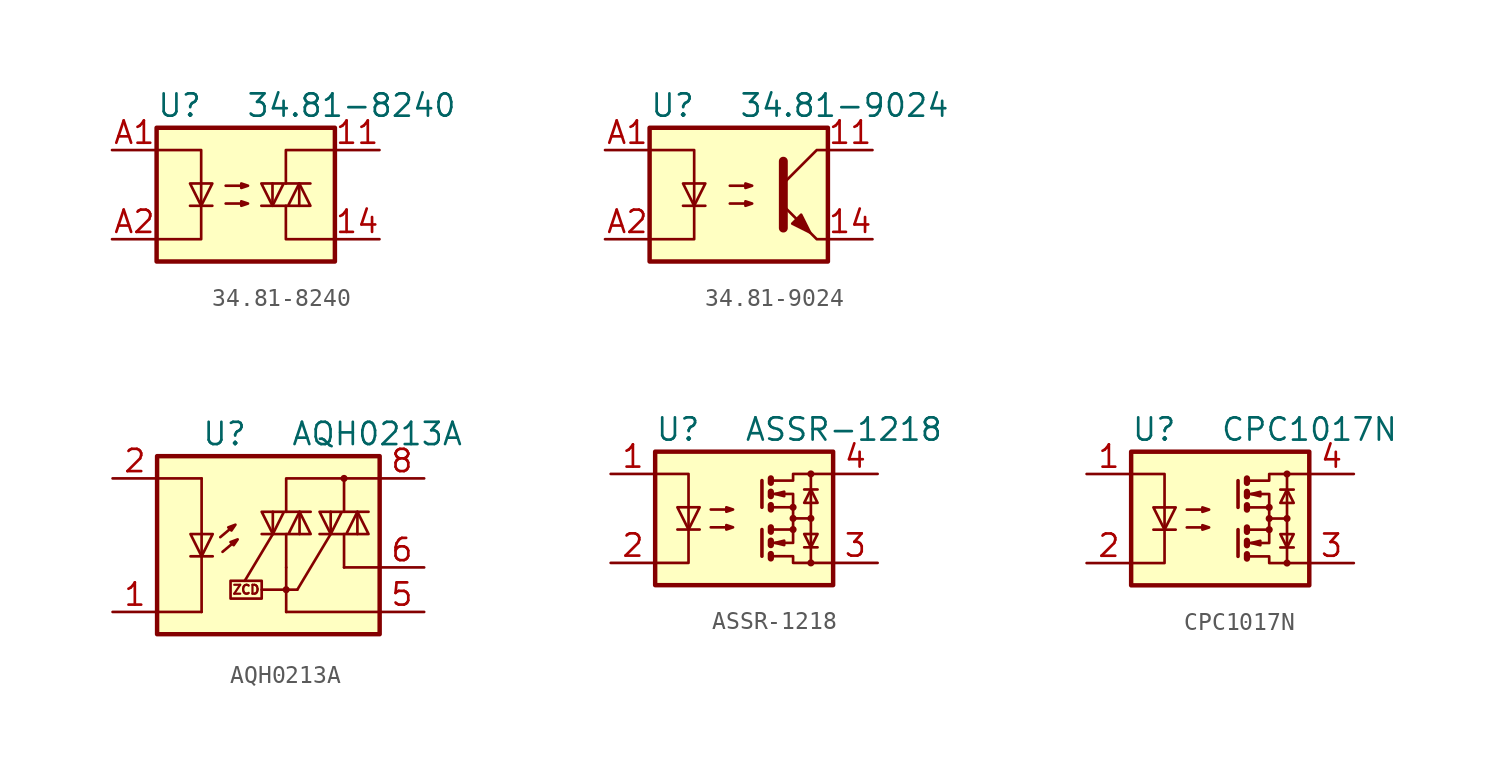
<source format=kicad_sym>
(kicad_symbol_lib
  (version 20231120)
  (generator "kicad_symbol_editor")
  (generator_version "8.0")
  (symbol "34.81-8240"
    (property "Reference" "U"
      (at -5.08 5.08 0)
      (effects (font (size 1.27 1.27)) (justify left)))
    (property "Value" "34.81-8240"
      (at 0 5.08 0)
      (effects (font (size 1.27 1.27)) (justify left)))
    (symbol "34.81-8240_0_1"
      (rectangle (start -5.08 3.81) (end 5.08 -3.81) (stroke (width 0.254) (type default)) (fill (type background)))
      (polyline (pts (xy -3.175 -0.635) (xy -1.905 -0.635)) (stroke (width 0) (type default)) (fill (type none)))
      (polyline (pts (xy 1.524 -0.635) (xy 1.524 0.635)) (stroke (width 0) (type default)) (fill (type none)))
      (polyline (pts (xy 3.048 0.635) (xy 3.048 -0.635)) (stroke (width 0) (type default)) (fill (type none)))
      (polyline (pts (xy 2.286 -0.635) (xy 2.286 -2.54) (xy 5.08 -2.54)) (stroke (width 0) (type default)) (fill (type none)))
      (polyline (pts (xy 2.286 0.635) (xy 2.286 2.54) (xy 5.08 2.54)) (stroke (width 0) (type default)) (fill (type none)))
      (polyline (pts (xy -5.08 2.54) (xy -2.54 2.54) (xy -2.54 -2.54) (xy -5.08 -2.54)) (stroke (width 0) (type default)) (fill (type none)))
      (polyline (pts (xy -2.54 -0.635) (xy -3.175 0.635) (xy -1.905 0.635) (xy -2.54 -0.635)) (stroke (width 0) (type default)) (fill (type none)))
      (polyline (pts (xy 0.889 -0.635) (xy 3.683 -0.635) (xy 3.048 0.635) (xy 2.413 -0.635)) (stroke (width 0) (type default)) (fill (type none)))
      (polyline (pts (xy 3.683 0.635) (xy 0.889 0.635) (xy 1.524 -0.635) (xy 2.159 0.635)) (stroke (width 0) (type default)) (fill (type none)))
      (polyline (pts (xy -1.143 -0.508) (xy 0.127 -0.508) (xy -0.254 -0.635) (xy -0.254 -0.381) (xy 0.127 -0.508)) (stroke (width 0) (type default)) (fill (type none)))
      (polyline (pts (xy -1.143 0.508) (xy 0.127 0.508) (xy -0.254 0.381) (xy -0.254 0.635) (xy 0.127 0.508)) (stroke (width 0) (type default)) (fill (type none))))
    (symbol "34.81-8240_1_1"
      (pin passive line (at 7.62 2.54 180) (length 2.54) (name "~" (effects (font (size 1.27 1.27)))) (number "11" (effects (font (size 1.27 1.27)))))
      (pin passive line (at 7.62 -2.54 180) (length 2.54) (name "~" (effects (font (size 1.27 1.27)))) (number "14" (effects (font (size 1.27 1.27)))))
      (pin passive line (at -7.62 2.54 0) (length 2.54) (name "~" (effects (font (size 1.27 1.27)))) (number "A1" (effects (font (size 1.27 1.27)))))
      (pin passive line (at -7.62 -2.54 0) (length 2.54) (name "~" (effects (font (size 1.27 1.27)))) (number "A2" (effects (font (size 1.27 1.27)))))))
  (symbol "34.81-9024"
    (property "Reference" "U"
      (at -5.08 5.08 0)
      (effects (font (size 1.27 1.27)) (justify left)))
    (property "Value" "34.81-9024"
      (at 0 5.08 0)
      (effects (font (size 1.27 1.27)) (justify left)))
    (symbol "34.81-9024_0_1"
      (rectangle (start -5.08 3.81) (end 5.08 -3.81) (stroke (width 0.254) (type default)) (fill (type background)))
      (polyline (pts (xy -3.175 -0.635) (xy -1.905 -0.635)) (stroke (width 0) (type default)) (fill (type none)))
      (polyline (pts (xy 2.54 1.905) (xy 2.54 -1.905) (xy 2.54 -1.905)) (stroke (width 0.508) (type default)) (fill (type none)))
      (polyline (pts (xy -5.08 2.54) (xy -2.54 2.54) (xy -2.54 -2.54) (xy -5.08 -2.54)) (stroke (width 0) (type default)) (fill (type none)))
      (polyline (pts (xy -2.54 -0.635) (xy -3.175 0.635) (xy -1.905 0.635) (xy -2.54 -0.635)) (stroke (width 0) (type default)) (fill (type none)))
      (polyline (pts (xy -0.508 -0.508) (xy 0.762 -0.508) (xy 0.381 -0.635) (xy 0.381 -0.381) (xy 0.762 -0.508)) (stroke (width 0) (type default)) (fill (type none)))
      (polyline (pts (xy -0.508 0.508) (xy 0.762 0.508) (xy 0.381 0.381) (xy 0.381 0.635) (xy 0.762 0.508)) (stroke (width 0) (type default)) (fill (type none)))
      (polyline (pts (xy 3.048 -1.651) (xy 3.556 -1.143) (xy 4.064 -2.159) (xy 3.048 -1.651) (xy 3.048 -1.651)) (stroke (width 0) (type default)) (fill (type outline)))
      (polyline (pts (xy 5.08 2.54) (xy 4.445 2.54) (xy 2.54 0.635) (xy 2.54 -0.635) (xy 4.445 -2.54) (xy 5.08 -2.54)) (stroke (width 0) (type default)) (fill (type none))))
    (symbol "34.81-9024_1_1"
      (pin passive line (at 7.62 2.54 180) (length 2.54) (name "~" (effects (font (size 1.27 1.27)))) (number "11" (effects (font (size 1.27 1.27)))))
      (pin passive line (at 7.62 -2.54 180) (length 2.54) (name "~" (effects (font (size 1.27 1.27)))) (number "14" (effects (font (size 1.27 1.27)))))
      (pin passive line (at -7.62 2.54 0) (length 2.54) (name "~" (effects (font (size 1.27 1.27)))) (number "A1" (effects (font (size 1.27 1.27)))))
      (pin passive line (at -7.62 -2.54 0) (length 2.54) (name "~" (effects (font (size 1.27 1.27)))) (number "A2" (effects (font (size 1.27 1.27)))))))
  (symbol "AQH0213A"
    (property "Reference" "U"
      (at -5.08 5.08 0)
      (effects (font (size 1.27 1.27)) (justify left)))
    (property "Value" "AQH0213A"
      (at 0 5.08 0)
      (effects (font (size 1.27 1.27)) (justify left)))
    (symbol "AQH0213A_0_1"
      (polyline (pts (xy 3.048 -2.54) (xy 5.08 -2.54)) (stroke (width 0) (type default)) (fill (type none)))
      (polyline (pts (xy 3.048 -0.635) (xy 3.048 -2.54)) (stroke (width 0) (type default)) (fill (type none))))
    (symbol "AQH0213A_1_1"
      (rectangle (start -7.62 3.81) (end 5.08 -6.35) (stroke (width 0.254) (type default)) (fill (type background)))
      (rectangle (start -3.429 -3.302) (end -1.651 -4.318) (stroke (width 0) (type default)) (fill (type none)))
      (circle (center -0.254 -3.81) (radius 0.127) (stroke (width 0) (type default)) (fill (type none)))
      (polyline (pts (xy -5.715 -1.905) (xy -4.445 -1.905)) (stroke (width 0) (type default)) (fill (type none)))
      (polyline (pts (xy -5.08 -5.08) (xy -7.62 -5.08)) (stroke (width 0) (type default)) (fill (type none)))
      (polyline (pts (xy -5.08 -1.905) (xy -5.08 -5.08)) (stroke (width 0) (type default)) (fill (type none)))
      (polyline (pts (xy -5.08 -0.635) (xy -5.08 -1.905)) (stroke (width 0) (type default)) (fill (type none)))
      (polyline (pts (xy -5.08 -0.635) (xy -5.08 2.54)) (stroke (width 0) (type default)) (fill (type none)))
      (polyline (pts (xy -5.08 2.54) (xy -7.493 2.54)) (stroke (width 0) (type default)) (fill (type none)))
      (polyline (pts (xy -3.378 -0.279) (xy -4.013 -0.813)) (stroke (width 0) (type default)) (fill (type none)))
      (polyline (pts (xy -3.251 -1.118) (xy -3.886 -1.651)) (stroke (width 0) (type default)) (fill (type none)))
      (polyline (pts (xy -1.651 -3.81) (xy -0.254 -3.81)) (stroke (width 0) (type default)) (fill (type none)))
      (polyline (pts (xy -1.016 -0.635) (xy -2.616 -3.302)) (stroke (width 0) (type default)) (fill (type none)))
      (polyline (pts (xy -1.016 -0.635) (xy -1.016 0.635)) (stroke (width 0) (type default)) (fill (type none)))
      (polyline (pts (xy -0.254 -3.81) (xy 0.381 -3.81)) (stroke (width 0) (type default)) (fill (type none)))
      (polyline (pts (xy -0.254 -2.54) (xy -0.254 -5.08)) (stroke (width 0) (type default)) (fill (type none)))
      (polyline (pts (xy -0.254 -2.54) (xy -0.254 -0.635)) (stroke (width 0) (type default)) (fill (type none)))
      (polyline (pts (xy 0.381 -3.81) (xy 2.286 -0.635)) (stroke (width 0) (type default)) (fill (type none)))
      (polyline (pts (xy 0.508 0.635) (xy 0.508 -0.635)) (stroke (width 0) (type default)) (fill (type none)))
      (polyline (pts (xy 2.286 -0.635) (xy 2.286 0.635)) (stroke (width 0) (type default)) (fill (type none)))
      (polyline (pts (xy 3.048 2.54) (xy 3.048 0.635)) (stroke (width 0) (type default)) (fill (type none)))
      (polyline (pts (xy 3.81 0.635) (xy 3.81 -0.635)) (stroke (width 0) (type default)) (fill (type none)))
      (polyline (pts (xy 5.08 -5.08) (xy -0.254 -5.08)) (stroke (width 0) (type default)) (fill (type none)))
      (polyline (pts (xy 5.08 2.54) (xy 3.048 2.54)) (stroke (width 0) (type default)) (fill (type none)))
      (polyline (pts (xy 3.048 2.54) (xy -0.254 2.54) (xy -0.254 0.635)) (stroke (width 0) (type default)) (fill (type none)))
      (polyline (pts (xy -5.08 -1.905) (xy -5.715 -0.635) (xy -4.445 -0.635) (xy -5.08 -1.905)) (stroke (width 0) (type default)) (fill (type none)))
      (polyline (pts (xy -3.556 -0.254) (xy -3.378 -0.432) (xy -3.15 -0.102) (xy -3.556 -0.254)) (stroke (width 0) (type default)) (fill (type none)))
      (polyline (pts (xy -3.429 -1.092) (xy -3.251 -1.27) (xy -3.023 -0.94) (xy -3.429 -1.092)) (stroke (width 0) (type default)) (fill (type none)))
      (polyline (pts (xy -1.651 -0.635) (xy 1.143 -0.635) (xy 0.508 0.635) (xy -0.127 -0.635)) (stroke (width 0) (type default)) (fill (type none)))
      (polyline (pts (xy 1.143 0.635) (xy -1.651 0.635) (xy -1.016 -0.635) (xy -0.381 0.635)) (stroke (width 0) (type default)) (fill (type none)))
      (polyline (pts (xy 1.651 -0.635) (xy 4.445 -0.635) (xy 3.81 0.635) (xy 3.175 -0.635)) (stroke (width 0) (type default)) (fill (type none)))
      (polyline (pts (xy 4.445 0.635) (xy 1.651 0.635) (xy 2.286 -0.635) (xy 2.921 0.635)) (stroke (width 0) (type default)) (fill (type none)))
      (circle (center 3.048 2.54) (radius 0.127) (stroke (width 0) (type default)) (fill (type none)))
      (text "ZCD" (at -2.54 -3.81 0) (effects (font (size 0.508 0.508))))
      (pin passive line (at -10.16 -5.08 0) (length 2.54) (name "~" (effects (font (size 1.27 1.27)))) (number "1" (effects (font (size 1.27 1.27)))))
      (pin passive line (at -10.16 2.54 0) (length 2.54) (name "~" (effects (font (size 1.27 1.27)))) (number "2" (effects (font (size 1.27 1.27)))))
      (pin passive line (at -10.16 -5.08 0) (length 2.54) hide (name "~" (effects (font (size 1.27 1.27)))) (number "3" (effects (font (size 1.27 1.27)))))
      (pin passive line (at -10.16 -5.08 0) (length 2.54) hide (name "~" (effects (font (size 1.27 1.27)))) (number "4" (effects (font (size 1.27 1.27)))))
      (pin passive line (at 7.62 -5.08 180) (length 2.54) (name "~" (effects (font (size 1.27 1.27)))) (number "5" (effects (font (size 1.27 1.27)))))
      (pin passive line (at 7.62 -2.54 180) (length 2.54) (name "~" (effects (font (size 1.27 1.27)))) (number "6" (effects (font (size 1.27 1.27)))))
      (pin passive line (at 7.62 2.54 180) (length 2.54) (name "~" (effects (font (size 1.27 1.27)))) (number "8" (effects (font (size 1.27 1.27)))))))
  (symbol "ASSR-1218"
    (property "Reference" "U"
      (at -5.08 5.08 0)
      (effects (font (size 1.27 1.27)) (justify left)))
    (property "Value" "ASSR-1218"
      (at 0 5.08 0)
      (effects (font (size 1.27 1.27)) (justify left)))
    (symbol "ASSR-1218_0_1"
      (rectangle (start -5.08 3.81) (end 5.08 -3.81) (stroke (width 0.254) (type default)) (fill (type background)))
      (polyline (pts (xy -3.81 -0.635) (xy -2.54 -0.635)) (stroke (width 0) (type default)) (fill (type none)))
      (polyline (pts (xy 1.016 -0.635) (xy 1.016 -2.159)) (stroke (width 0.203) (type default)) (fill (type none)))
      (polyline (pts (xy 1.016 2.159) (xy 1.016 0.635)) (stroke (width 0.203) (type default)) (fill (type none)))
      (polyline (pts (xy 1.524 -0.508) (xy 1.524 -0.762)) (stroke (width 0.356) (type default)) (fill (type none)))
      (polyline (pts (xy 2.794 0) (xy 3.81 0)) (stroke (width 0) (type default)) (fill (type none)))
      (polyline (pts (xy 3.429 -1.651) (xy 4.191 -1.651)) (stroke (width 0) (type default)) (fill (type none)))
      (polyline (pts (xy 3.429 1.651) (xy 4.191 1.651)) (stroke (width 0) (type default)) (fill (type none)))
      (polyline (pts (xy 3.81 -2.54) (xy 3.81 2.54)) (stroke (width 0) (type default)) (fill (type none)))
      (polyline (pts (xy 1.524 -2.032) (xy 1.524 -2.286) (xy 1.524 -2.286)) (stroke (width 0.356) (type default)) (fill (type none)))
      (polyline (pts (xy 1.524 -1.27) (xy 1.524 -1.524) (xy 1.524 -1.524)) (stroke (width 0.356) (type default)) (fill (type none)))
      (polyline (pts (xy 1.524 0.762) (xy 1.524 0.508) (xy 1.524 0.508)) (stroke (width 0.356) (type default)) (fill (type none)))
      (polyline (pts (xy 1.524 1.524) (xy 1.524 1.27) (xy 1.524 1.27)) (stroke (width 0.356) (type default)) (fill (type none)))
      (polyline (pts (xy 1.524 2.286) (xy 1.524 2.032) (xy 1.524 2.032)) (stroke (width 0.356) (type default)) (fill (type none)))
      (polyline (pts (xy 1.651 -1.397) (xy 2.794 -1.397) (xy 2.794 -0.635)) (stroke (width 0) (type default)) (fill (type none)))
      (polyline (pts (xy 1.651 1.397) (xy 2.794 1.397) (xy 2.794 0.635)) (stroke (width 0) (type default)) (fill (type none)))
      (polyline (pts (xy -5.08 2.54) (xy -3.175 2.54) (xy -3.175 -2.54) (xy -5.08 -2.54)) (stroke (width 0) (type default)) (fill (type none)))
      (polyline (pts (xy -3.175 -0.635) (xy -3.81 0.635) (xy -2.54 0.635) (xy -3.175 -0.635)) (stroke (width 0) (type default)) (fill (type none)))
      (polyline (pts (xy 1.651 -2.159) (xy 2.794 -2.159) (xy 2.794 -2.54) (xy 5.08 -2.54)) (stroke (width 0) (type default)) (fill (type none)))
      (polyline (pts (xy 1.651 -0.635) (xy 2.794 -0.635) (xy 2.794 0.635) (xy 1.651 0.635)) (stroke (width 0) (type default)) (fill (type none)))
      (polyline (pts (xy 1.651 2.159) (xy 2.794 2.159) (xy 2.794 2.54) (xy 5.08 2.54)) (stroke (width 0) (type default)) (fill (type none)))
      (polyline (pts (xy 1.778 -1.397) (xy 2.286 -1.27) (xy 2.286 -1.524) (xy 1.778 -1.397)) (stroke (width 0) (type default)) (fill (type none)))
      (polyline (pts (xy 1.778 1.397) (xy 2.286 1.524) (xy 2.286 1.27) (xy 1.778 1.397)) (stroke (width 0) (type default)) (fill (type none)))
      (polyline (pts (xy 3.81 -1.651) (xy 3.429 -0.889) (xy 4.191 -0.889) (xy 3.81 -1.651)) (stroke (width 0) (type default)) (fill (type none)))
      (polyline (pts (xy 3.81 1.651) (xy 3.429 0.889) (xy 4.191 0.889) (xy 3.81 1.651)) (stroke (width 0) (type default)) (fill (type none)))
      (polyline (pts (xy -1.905 -0.508) (xy -0.635 -0.508) (xy -1.016 -0.635) (xy -1.016 -0.381) (xy -0.635 -0.508)) (stroke (width 0) (type default)) (fill (type none)))
      (polyline (pts (xy -1.905 0.508) (xy -0.635 0.508) (xy -1.016 0.381) (xy -1.016 0.635) (xy -0.635 0.508)) (stroke (width 0) (type default)) (fill (type none)))
      (circle (center 2.794 -0.635) (radius 0.127) (stroke (width 0) (type default)) (fill (type none)))
      (circle (center 2.794 0) (radius 0.127) (stroke (width 0) (type default)) (fill (type none)))
      (circle (center 2.794 0.635) (radius 0.127) (stroke (width 0) (type default)) (fill (type none)))
      (circle (center 3.81 -2.54) (radius 0.127) (stroke (width 0) (type default)) (fill (type none)))
      (circle (center 3.81 0) (radius 0.127) (stroke (width 0) (type default)) (fill (type none)))
      (circle (center 3.81 2.54) (radius 0.127) (stroke (width 0) (type default)) (fill (type none))))
    (symbol "ASSR-1218_1_1"
      (pin passive line (at -7.62 2.54 0) (length 2.54) (name "~" (effects (font (size 1.27 1.27)))) (number "1" (effects (font (size 1.27 1.27)))))
      (pin passive line (at -7.62 -2.54 0) (length 2.54) (name "~" (effects (font (size 1.27 1.27)))) (number "2" (effects (font (size 1.27 1.27)))))
      (pin passive line (at 7.62 -2.54 180) (length 2.54) (name "~" (effects (font (size 1.27 1.27)))) (number "3" (effects (font (size 1.27 1.27)))))
      (pin passive line (at 7.62 2.54 180) (length 2.54) (name "~" (effects (font (size 1.27 1.27)))) (number "4" (effects (font (size 1.27 1.27)))))))
  (symbol "CPC1017N"
    (property "Reference" "U"
      (at -5.08 5.08 0)
      (effects (font (size 1.27 1.27)) (justify left)))
    (property "Value" "CPC1017N"
      (at 0 5.08 0)
      (effects (font (size 1.27 1.27)) (justify left)))
    (symbol "CPC1017N_0_1"
      (rectangle (start -5.08 3.81) (end 5.08 -3.81) (stroke (width 0.254) (type default)) (fill (type background)))
      (polyline (pts (xy -3.81 -0.635) (xy -2.54 -0.635)) (stroke (width 0) (type default)) (fill (type none)))
      (polyline (pts (xy 1.016 -0.635) (xy 1.016 -2.159)) (stroke (width 0.203) (type default)) (fill (type none)))
      (polyline (pts (xy 1.016 2.159) (xy 1.016 0.635)) (stroke (width 0.203) (type default)) (fill (type none)))
      (polyline (pts (xy 1.524 -0.508) (xy 1.524 -0.762)) (stroke (width 0.356) (type default)) (fill (type none)))
      (polyline (pts (xy 2.794 0) (xy 3.81 0)) (stroke (width 0) (type default)) (fill (type none)))
      (polyline (pts (xy 3.429 -1.651) (xy 4.191 -1.651)) (stroke (width 0) (type default)) (fill (type none)))
      (polyline (pts (xy 3.429 1.651) (xy 4.191 1.651)) (stroke (width 0) (type default)) (fill (type none)))
      (polyline (pts (xy 3.81 -2.54) (xy 3.81 2.54)) (stroke (width 0) (type default)) (fill (type none)))
      (polyline (pts (xy 1.524 -2.032) (xy 1.524 -2.286) (xy 1.524 -2.286)) (stroke (width 0.356) (type default)) (fill (type none)))
      (polyline (pts (xy 1.524 -1.27) (xy 1.524 -1.524) (xy 1.524 -1.524)) (stroke (width 0.356) (type default)) (fill (type none)))
      (polyline (pts (xy 1.524 0.762) (xy 1.524 0.508) (xy 1.524 0.508)) (stroke (width 0.356) (type default)) (fill (type none)))
      (polyline (pts (xy 1.524 1.524) (xy 1.524 1.27) (xy 1.524 1.27)) (stroke (width 0.356) (type default)) (fill (type none)))
      (polyline (pts (xy 1.524 2.286) (xy 1.524 2.032) (xy 1.524 2.032)) (stroke (width 0.356) (type default)) (fill (type none)))
      (polyline (pts (xy 1.651 -1.397) (xy 2.794 -1.397) (xy 2.794 -0.635)) (stroke (width 0) (type default)) (fill (type none)))
      (polyline (pts (xy 1.651 1.397) (xy 2.794 1.397) (xy 2.794 0.635)) (stroke (width 0) (type default)) (fill (type none)))
      (polyline (pts (xy -5.08 2.54) (xy -3.175 2.54) (xy -3.175 -2.54) (xy -5.08 -2.54)) (stroke (width 0) (type default)) (fill (type none)))
      (polyline (pts (xy -3.175 -0.635) (xy -3.81 0.635) (xy -2.54 0.635) (xy -3.175 -0.635)) (stroke (width 0) (type default)) (fill (type none)))
      (polyline (pts (xy 1.651 -2.159) (xy 2.794 -2.159) (xy 2.794 -2.54) (xy 5.08 -2.54)) (stroke (width 0) (type default)) (fill (type none)))
      (polyline (pts (xy 1.651 -0.635) (xy 2.794 -0.635) (xy 2.794 0.635) (xy 1.651 0.635)) (stroke (width 0) (type default)) (fill (type none)))
      (polyline (pts (xy 1.651 2.159) (xy 2.794 2.159) (xy 2.794 2.54) (xy 5.08 2.54)) (stroke (width 0) (type default)) (fill (type none)))
      (polyline (pts (xy 1.778 -1.397) (xy 2.286 -1.27) (xy 2.286 -1.524) (xy 1.778 -1.397)) (stroke (width 0) (type default)) (fill (type none)))
      (polyline (pts (xy 1.778 1.397) (xy 2.286 1.524) (xy 2.286 1.27) (xy 1.778 1.397)) (stroke (width 0) (type default)) (fill (type none)))
      (polyline (pts (xy 3.81 -1.651) (xy 3.429 -0.889) (xy 4.191 -0.889) (xy 3.81 -1.651)) (stroke (width 0) (type default)) (fill (type none)))
      (polyline (pts (xy 3.81 1.651) (xy 3.429 0.889) (xy 4.191 0.889) (xy 3.81 1.651)) (stroke (width 0) (type default)) (fill (type none)))
      (polyline (pts (xy -1.905 -0.508) (xy -0.635 -0.508) (xy -1.016 -0.635) (xy -1.016 -0.381) (xy -0.635 -0.508)) (stroke (width 0) (type default)) (fill (type none)))
      (polyline (pts (xy -1.905 0.508) (xy -0.635 0.508) (xy -1.016 0.381) (xy -1.016 0.635) (xy -0.635 0.508)) (stroke (width 0) (type default)) (fill (type none)))
      (circle (center 2.794 -0.635) (radius 0.127) (stroke (width 0) (type default)) (fill (type none)))
      (circle (center 2.794 0) (radius 0.127) (stroke (width 0) (type default)) (fill (type none)))
      (circle (center 2.794 0.635) (radius 0.127) (stroke (width 0) (type default)) (fill (type none)))
      (circle (center 3.81 -2.54) (radius 0.127) (stroke (width 0) (type default)) (fill (type none)))
      (circle (center 3.81 0) (radius 0.127) (stroke (width 0) (type default)) (fill (type none)))
      (circle (center 3.81 2.54) (radius 0.127) (stroke (width 0) (type default)) (fill (type none))))
    (symbol "CPC1017N_1_1"
      (pin passive line (at -7.62 2.54 0) (length 2.54) (name "~" (effects (font (size 1.27 1.27)))) (number "1" (effects (font (size 1.27 1.27)))))
      (pin passive line (at -7.62 -2.54 0) (length 2.54) (name "~" (effects (font (size 1.27 1.27)))) (number "2" (effects (font (size 1.27 1.27)))))
      (pin passive line (at 7.62 -2.54 180) (length 2.54) (name "~" (effects (font (size 1.27 1.27)))) (number "3" (effects (font (size 1.27 1.27)))))
      (pin passive line (at 7.62 2.54 180) (length 2.54) (name "~" (effects (font (size 1.27 1.27)))) (number "4" (effects (font (size 1.27 1.27))))))))
</source>
